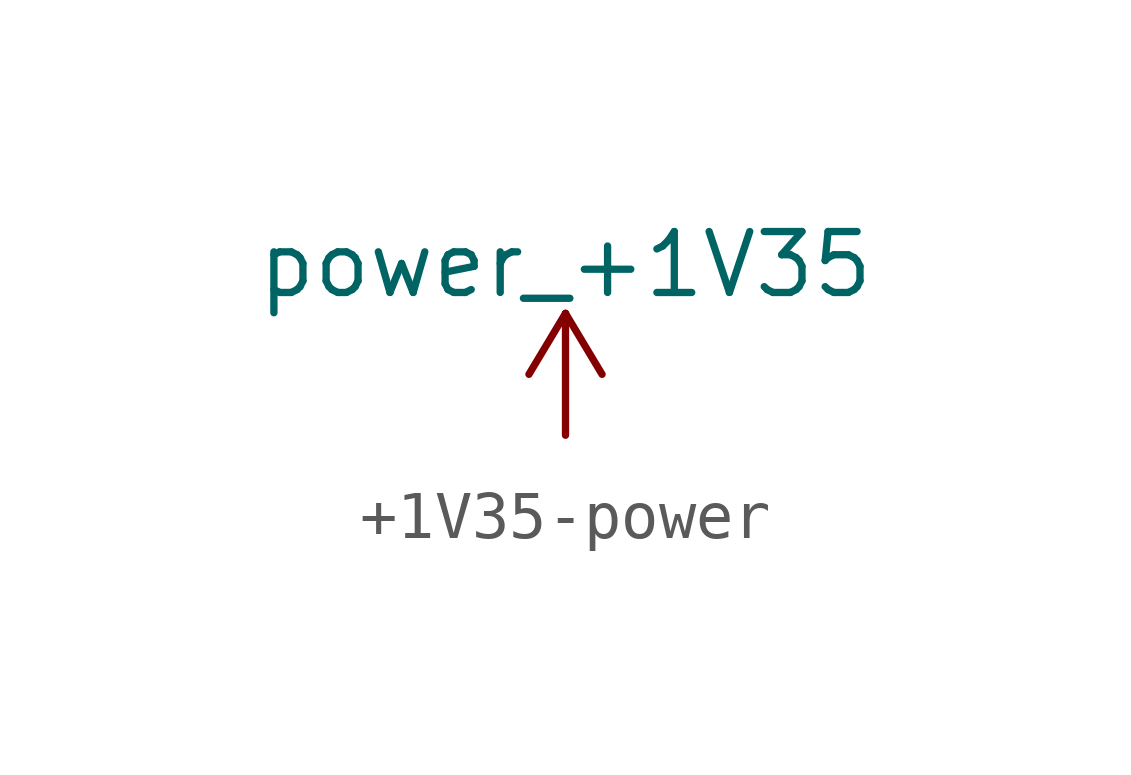
<source format=kicad_sym>
(kicad_symbol_lib
  (version 20231120)
  (generator "kicad_symbol_editor")
  (generator_version "8.0")
  (symbol "+1V35-power"
    (power)
    (pin_names
      (offset 0))
    (property "Reference" "#PWR"
      (at 0 -3.81 0)
      (effects (font (size 1.27 1.27)) (hide yes)))
    (property "Value" "power_+1V35"
      (at 0 3.556 0)
      (effects (font (size 1.27 1.27))))
    (symbol "+1V35-power_0_1"
      (polyline (pts (xy -0.762 1.27) (xy 0 2.54)) (stroke (width 0) (type solid)) (fill (type none)))
      (polyline (pts (xy 0 0) (xy 0 2.54)) (stroke (width 0) (type solid)) (fill (type none)))
      (polyline (pts (xy 0 2.54) (xy 0.762 1.27)) (stroke (width 0) (type solid)) (fill (type none))))
    (symbol "+1V35-power_1_1"
      (pin power_in line (at 0 0 90) (length 0) hide (name "+1V35" (effects (font (size 1.27 1.27)))) (number "1" (effects (font (size 1.27 1.27))))))))
</source>
